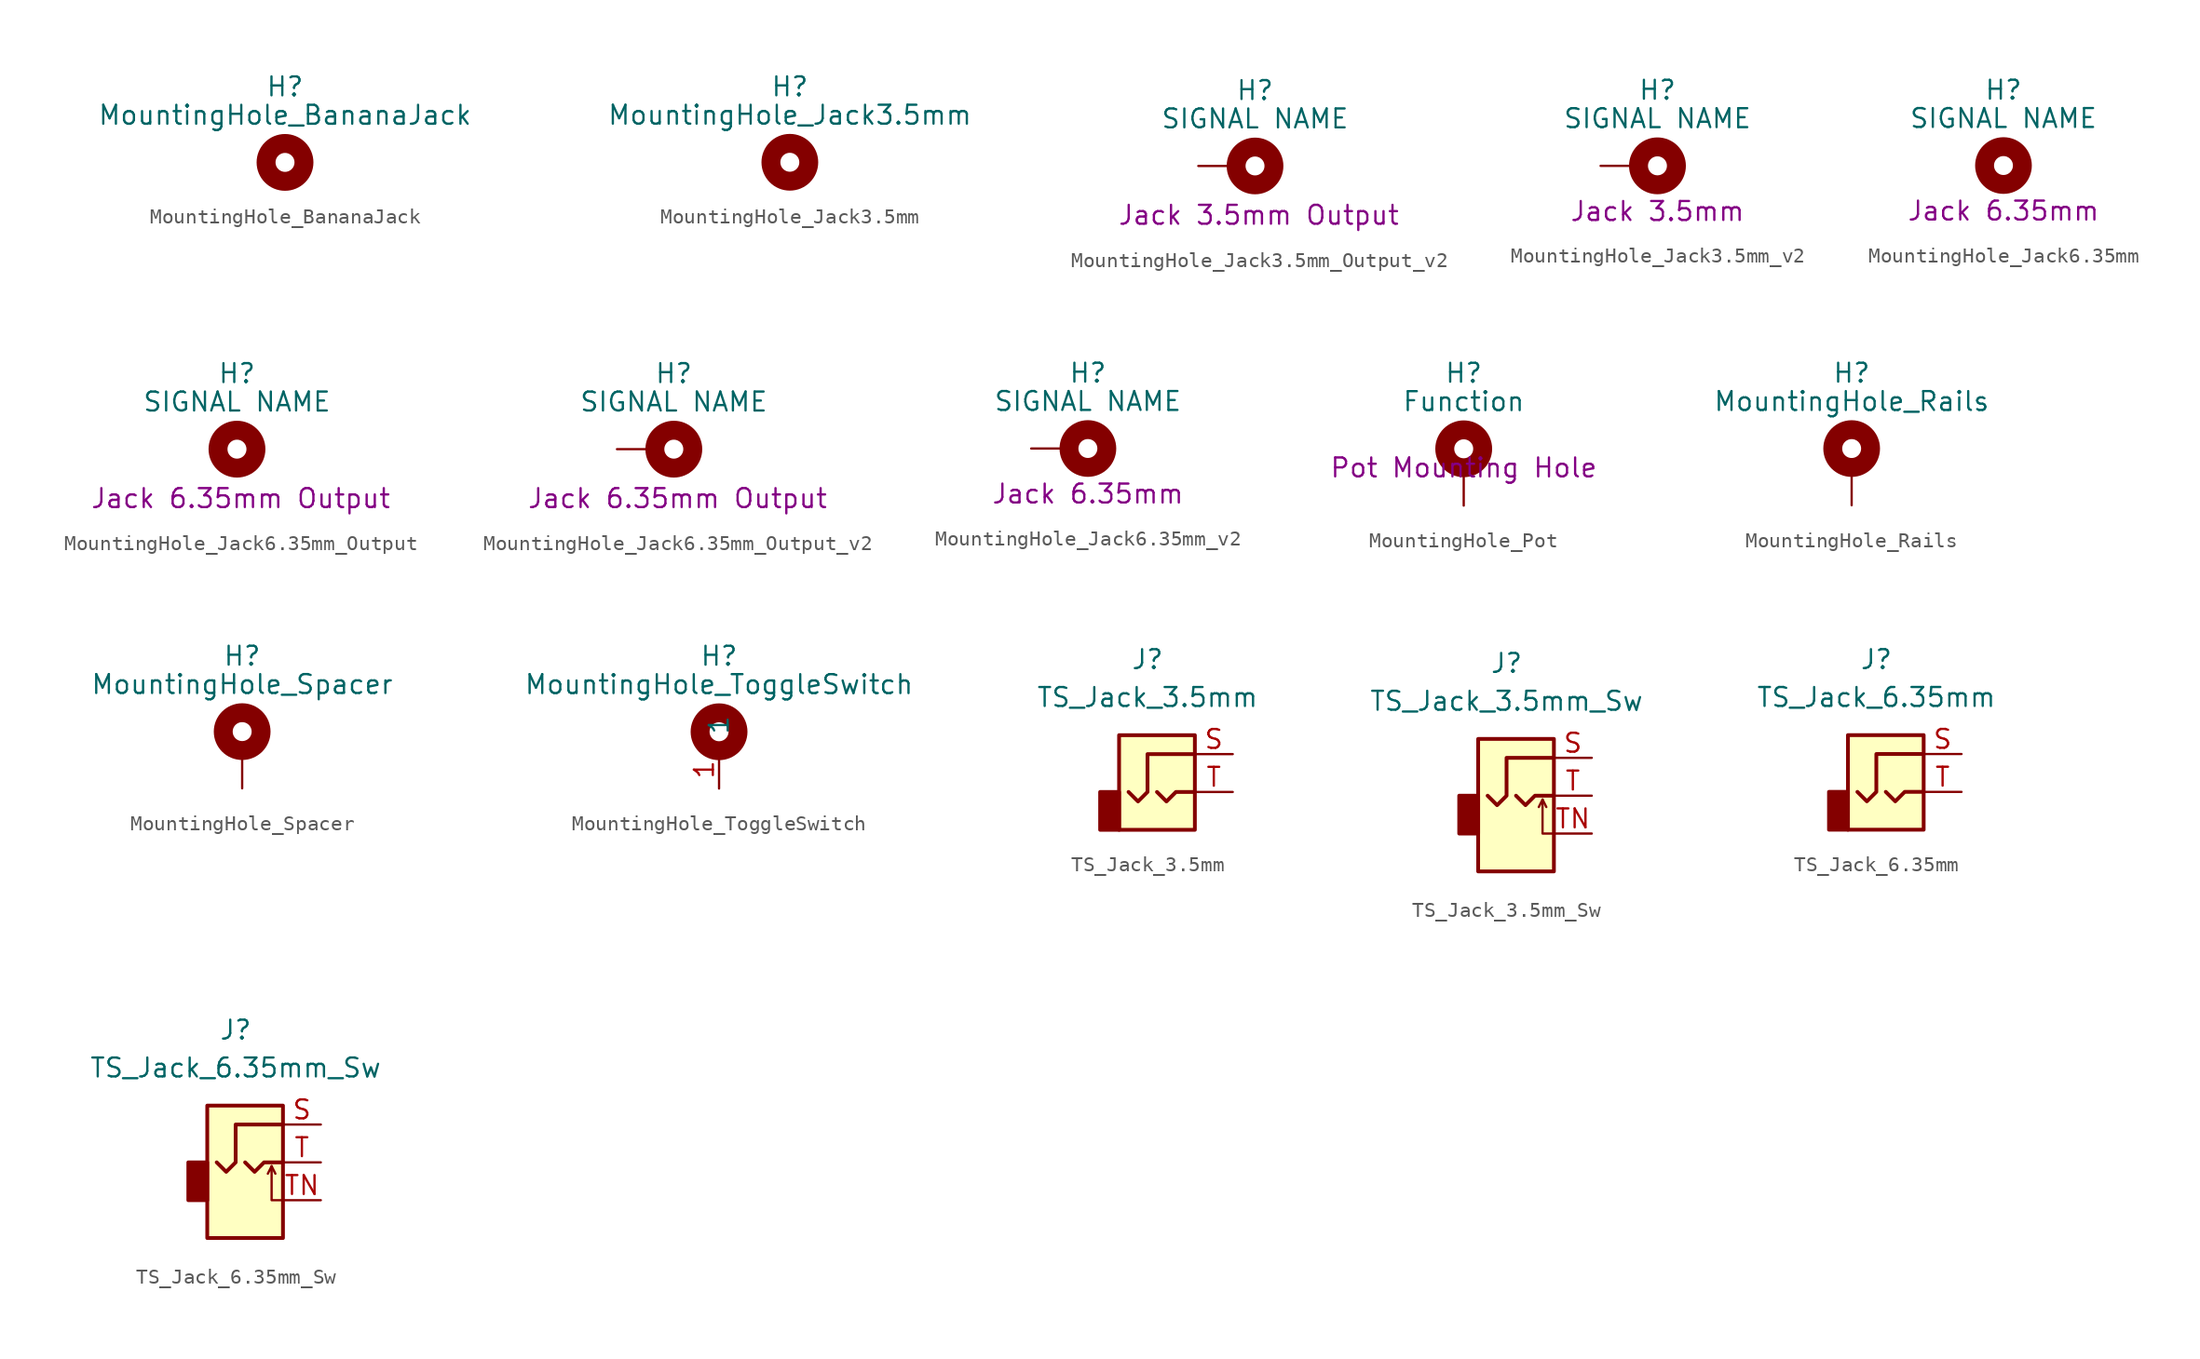
<source format=kicad_sym>
(kicad_symbol_lib
  (version 20231120)
  (generator "kicad_symbol_editor")
  (generator_version "8.0")
  (symbol "MountingHole_BananaJack"
    (pin_names
      (offset 1.016))
    (property "Reference" "H"
      (at 0 5.08 0)
      (effects (font (size 1.27 1.27))))
    (property "Value" "MountingHole_BananaJack"
      (at 0 3.175 0)
      (effects (font (size 1.27 1.27))))
    (symbol "MountingHole_BananaJack_0_1"
      (circle (center 0 0) (radius 1.27) (stroke (width 1.27) (type default)) (fill (type none)))))
  (symbol "MountingHole_Jack3.5mm"
    (pin_names
      (offset 1.016))
    (property "Reference" "H"
      (at 0 5.08 0)
      (effects (font (size 1.27 1.27))))
    (property "Value" "MountingHole_Jack3.5mm"
      (at 0 3.175 0)
      (effects (font (size 1.27 1.27))))
    (symbol "MountingHole_Jack3.5mm_0_1"
      (circle (center 0 0) (radius 1.27) (stroke (width 1.27) (type default)) (fill (type none)))))
  (symbol "MountingHole_Jack3.5mm_Output_v2"
    (pin_numbers hide)
    (pin_names
      (offset 1.016) hide)
    (property "Reference" "H"
      (at 0 5.08 0)
      (effects (font (size 1.27 1.27))))
    (property "Value" "SIGNAL NAME"
      (at 0 3.175 0)
      (effects (font (size 1.27 1.27))))
    (property "Description" "Jack 3.5mm Output"
      (at 0.254 -3.302 0)
      (effects (font (size 1.27 1.27))))
    (symbol "MountingHole_Jack3.5mm_Output_v2_0_1"
      (circle (center 0 0) (radius 1.27) (stroke (width 1.27) (type default)) (fill (type none))))
    (symbol "MountingHole_Jack3.5mm_Output_v2_1_1"
      (pin input line (at -3.81 0 0) (length 2.54) (name "1" (effects (font (size 1.27 1.27)))) (number "1" (effects (font (size 1.27 1.27)))))))
  (symbol "MountingHole_Jack3.5mm_v2"
    (pin_numbers hide)
    (pin_names
      (offset 1.016) hide)
    (property "Reference" "H"
      (at 0 5.08 0)
      (effects (font (size 1.27 1.27))))
    (property "Value" "SIGNAL NAME"
      (at 0 3.175 0)
      (effects (font (size 1.27 1.27))))
    (property "Description" "Jack 3.5mm"
      (at 0 -3.048 0)
      (effects (font (size 1.27 1.27))))
    (symbol "MountingHole_Jack3.5mm_v2_0_1"
      (circle (center 0 0) (radius 1.27) (stroke (width 1.27) (type default)) (fill (type none))))
    (symbol "MountingHole_Jack3.5mm_v2_1_1"
      (pin input line (at -3.81 0 0) (length 2.54) (name "1" (effects (font (size 1.27 1.27)))) (number "1" (effects (font (size 1.27 1.27)))))))
  (symbol "MountingHole_Jack6.35mm"
    (pin_names
      (offset 1.016))
    (property "Reference" "H"
      (at 0 5.08 0)
      (effects (font (size 1.27 1.27))))
    (property "Value" "SIGNAL NAME"
      (at 0 3.175 0)
      (effects (font (size 1.27 1.27))))
    (property "Description" "Jack 6.35mm"
      (at 0 -3.048 0)
      (effects (font (size 1.27 1.27))))
    (symbol "MountingHole_Jack6.35mm_0_1"
      (circle (center 0 0) (radius 1.27) (stroke (width 1.27) (type default)) (fill (type none)))))
  (symbol "MountingHole_Jack6.35mm_Output"
    (pin_names
      (offset 1.016))
    (property "Reference" "H"
      (at 0 5.08 0)
      (effects (font (size 1.27 1.27))))
    (property "Value" "SIGNAL NAME"
      (at 0 3.175 0)
      (effects (font (size 1.27 1.27))))
    (property "Description" "Jack 6.35mm Output"
      (at 0.254 -3.302 0)
      (effects (font (size 1.27 1.27))))
    (symbol "MountingHole_Jack6.35mm_Output_0_1"
      (circle (center 0 0) (radius 1.27) (stroke (width 1.27) (type default)) (fill (type none)))))
  (symbol "MountingHole_Jack6.35mm_Output_v2"
    (pin_numbers hide)
    (pin_names
      (offset 1.016) hide)
    (property "Reference" "H"
      (at 0 5.08 0)
      (effects (font (size 1.27 1.27))))
    (property "Value" "SIGNAL NAME"
      (at 0 3.175 0)
      (effects (font (size 1.27 1.27))))
    (property "Description" "Jack 6.35mm Output"
      (at 0.254 -3.302 0)
      (effects (font (size 1.27 1.27))))
    (symbol "MountingHole_Jack6.35mm_Output_v2_0_1"
      (circle (center 0 0) (radius 1.27) (stroke (width 1.27) (type default)) (fill (type none))))
    (symbol "MountingHole_Jack6.35mm_Output_v2_1_1"
      (pin input line (at -3.81 0 0) (length 2.54) (name "1" (effects (font (size 1.27 1.27)))) (number "1" (effects (font (size 1.27 1.27)))))))
  (symbol "MountingHole_Jack6.35mm_v2"
    (pin_numbers hide)
    (pin_names
      (offset 1.016) hide)
    (property "Reference" "H"
      (at 0 5.08 0)
      (effects (font (size 1.27 1.27))))
    (property "Value" "SIGNAL NAME"
      (at 0 3.175 0)
      (effects (font (size 1.27 1.27))))
    (property "Description" "Jack 6.35mm"
      (at 0 -3.048 0)
      (effects (font (size 1.27 1.27))))
    (symbol "MountingHole_Jack6.35mm_v2_0_1"
      (circle (center 0 0) (radius 1.27) (stroke (width 1.27) (type default)) (fill (type none))))
    (symbol "MountingHole_Jack6.35mm_v2_1_1"
      (pin input line (at -3.81 0 0) (length 2.54) (name "1" (effects (font (size 1.27 1.27)))) (number "1" (effects (font (size 1.27 1.27)))))))
  (symbol "MountingHole_Pot"
    (pin_numbers hide)
    (pin_names
      (offset 1.016) hide)
    (property "Reference" "H"
      (at 0 6.35 0)
      (effects (font (size 1.27 1.27))))
    (property "Value" "Function"
      (at 0 4.445 0)
      (effects (font (size 1.27 1.27))))
    (property "Description" "Pot Mounting Hole"
      (at 0 0 0)
      (effects (font (size 1.27 1.27))))
    (symbol "MountingHole_Pot_0_1"
      (circle (center 0 1.27) (radius 1.27) (stroke (width 1.27) (type default)) (fill (type none))))
    (symbol "MountingHole_Pot_1_1"
      (pin input line (at 0 -2.54 90) (length 2.54) (name "1" (effects (font (size 1.27 1.27)))) (number "1" (effects (font (size 1.27 1.27)))))))
  (symbol "MountingHole_Rails"
    (pin_numbers hide)
    (pin_names
      (offset 1.016) hide)
    (property "Reference" "H"
      (at 0 6.35 0)
      (effects (font (size 1.27 1.27))))
    (property "Value" "MountingHole_Rails"
      (at 0 4.445 0)
      (effects (font (size 1.27 1.27))))
    (symbol "MountingHole_Rails_0_1"
      (circle (center 0 1.27) (radius 1.27) (stroke (width 1.27) (type default)) (fill (type none))))
    (symbol "MountingHole_Rails_1_1"
      (pin input line (at 0 -2.54 90) (length 2.54) (name "1" (effects (font (size 1.27 1.27)))) (number "1" (effects (font (size 1.27 1.27)))))))
  (symbol "MountingHole_Spacer"
    (pin_numbers hide)
    (pin_names
      (offset 1.016) hide)
    (property "Reference" "H"
      (at 0 6.35 0)
      (effects (font (size 1.27 1.27))))
    (property "Value" "MountingHole_Spacer"
      (at 0 4.445 0)
      (effects (font (size 1.27 1.27))))
    (symbol "MountingHole_Spacer_0_1"
      (circle (center 0 1.27) (radius 1.27) (stroke (width 1.27) (type default)) (fill (type none))))
    (symbol "MountingHole_Spacer_1_1"
      (pin input line (at 0 -2.54 90) (length 2.54) (name "1" (effects (font (size 1.27 1.27)))) (number "1" (effects (font (size 1.27 1.27)))))))
  (symbol "MountingHole_ToggleSwitch"
    (pin_names
      (offset 1.016))
    (property "Reference" "H"
      (at 0 5.08 0)
      (effects (font (size 1.27 1.27))))
    (property "Value" "MountingHole_ToggleSwitch"
      (at 0 3.175 0)
      (effects (font (size 1.27 1.27))))
    (symbol "MountingHole_ToggleSwitch_0_1"
      (circle (center 0 0) (radius 1.27) (stroke (width 1.27) (type default)) (fill (type none))))
    (symbol "MountingHole_ToggleSwitch_1_1"
      (pin input line (at 0 -3.81 90) (length 2.54) (name "1" (effects (font (size 1.27 1.27)))) (number "1" (effects (font (size 1.27 1.27)))))))
  (symbol "TS_Jack_3.5mm"
    (property "Reference" "J"
      (at -0.635 8.89 0)
      (effects (font (size 1.27 1.27))))
    (property "Value" "TS_Jack_3.5mm"
      (at -0.635 6.35 0)
      (effects (font (size 1.27 1.27))))
    (symbol "TS_Jack_3.5mm_0_1"
      (rectangle (start -3.81 0) (end -2.54 -2.54) (stroke (width 0.254) (type default)) (fill (type outline)))
      (rectangle (start -2.54 3.81) (end 2.54 -2.54) (stroke (width 0.254) (type default)) (fill (type background)))
      (polyline (pts (xy 0 0) (xy 0.635 -0.635) (xy 1.27 0) (xy 2.54 0)) (stroke (width 0.254) (type default)) (fill (type none)))
      (polyline (pts (xy 2.54 2.54) (xy -0.635 2.54) (xy -0.635 0) (xy -1.27 -0.635) (xy -1.905 0)) (stroke (width 0.254) (type default)) (fill (type none))))
    (symbol "TS_Jack_3.5mm_1_1"
      (pin passive line (at 5.08 2.54 180) (length 2.54) (name "~" (effects (font (size 1.27 1.27)))) (number "S" (effects (font (size 1.27 1.27)))))
      (pin passive line (at 5.08 0 180) (length 2.54) (name "~" (effects (font (size 1.27 1.27)))) (number "T" (effects (font (size 1.27 1.27)))))))
  (symbol "TS_Jack_3.5mm_Sw"
    (property "Reference" "J"
      (at -0.635 8.89 0)
      (effects (font (size 1.27 1.27))))
    (property "Value" "TS_Jack_3.5mm_Sw"
      (at -0.635 6.35 0)
      (effects (font (size 1.27 1.27))))
    (symbol "TS_Jack_3.5mm_Sw_0_1"
      (rectangle (start -2.54 0) (end -3.81 -2.54) (stroke (width 0.254) (type default)) (fill (type outline)))
      (polyline (pts (xy 1.778 -0.254) (xy 2.032 -0.762)) (stroke (width 0) (type default)) (fill (type none)))
      (polyline (pts (xy 0 0) (xy 0.635 -0.635) (xy 1.27 0) (xy 2.54 0)) (stroke (width 0.254) (type default)) (fill (type none)))
      (polyline (pts (xy 2.54 -2.54) (xy 1.778 -2.54) (xy 1.778 -0.254) (xy 1.524 -0.762)) (stroke (width 0) (type default)) (fill (type none)))
      (polyline (pts (xy 2.54 2.54) (xy -0.635 2.54) (xy -0.635 0) (xy -1.27 -0.635) (xy -1.905 0)) (stroke (width 0.254) (type default)) (fill (type none)))
      (rectangle (start 2.54 3.81) (end -2.54 -5.08) (stroke (width 0.254) (type default)) (fill (type background))))
    (symbol "TS_Jack_3.5mm_Sw_1_1"
      (pin passive line (at 5.08 2.54 180) (length 2.54) (name "~" (effects (font (size 1.27 1.27)))) (number "S" (effects (font (size 1.27 1.27)))))
      (pin passive line (at 5.08 0 180) (length 2.54) (name "~" (effects (font (size 1.27 1.27)))) (number "T" (effects (font (size 1.27 1.27)))))
      (pin passive line (at 5.08 -2.54 180) (length 2.54) (name "~" (effects (font (size 1.27 1.27)))) (number "TN" (effects (font (size 1.27 1.27)))))))
  (symbol "TS_Jack_6.35mm"
    (property "Reference" "J"
      (at -0.635 8.89 0)
      (effects (font (size 1.27 1.27))))
    (property "Value" "TS_Jack_6.35mm"
      (at -0.635 6.35 0)
      (effects (font (size 1.27 1.27))))
    (symbol "TS_Jack_6.35mm_0_1"
      (rectangle (start -3.81 0) (end -2.54 -2.54) (stroke (width 0.254) (type default)) (fill (type outline)))
      (rectangle (start -2.54 3.81) (end 2.54 -2.54) (stroke (width 0.254) (type default)) (fill (type background)))
      (polyline (pts (xy 0 0) (xy 0.635 -0.635) (xy 1.27 0) (xy 2.54 0)) (stroke (width 0.254) (type default)) (fill (type none)))
      (polyline (pts (xy 2.54 2.54) (xy -0.635 2.54) (xy -0.635 0) (xy -1.27 -0.635) (xy -1.905 0)) (stroke (width 0.254) (type default)) (fill (type none))))
    (symbol "TS_Jack_6.35mm_1_1"
      (pin passive line (at 5.08 2.54 180) (length 2.54) (name "~" (effects (font (size 1.27 1.27)))) (number "S" (effects (font (size 1.27 1.27)))))
      (pin passive line (at 5.08 0 180) (length 2.54) (name "~" (effects (font (size 1.27 1.27)))) (number "T" (effects (font (size 1.27 1.27)))))))
  (symbol "TS_Jack_6.35mm_Sw"
    (property "Reference" "J"
      (at -0.635 8.89 0)
      (effects (font (size 1.27 1.27))))
    (property "Value" "TS_Jack_6.35mm_Sw"
      (at -0.635 6.35 0)
      (effects (font (size 1.27 1.27))))
    (symbol "TS_Jack_6.35mm_Sw_0_1"
      (rectangle (start -2.54 0) (end -3.81 -2.54) (stroke (width 0.254) (type default)) (fill (type outline)))
      (polyline (pts (xy 1.778 -0.254) (xy 2.032 -0.762)) (stroke (width 0) (type default)) (fill (type none)))
      (polyline (pts (xy 0 0) (xy 0.635 -0.635) (xy 1.27 0) (xy 2.54 0)) (stroke (width 0.254) (type default)) (fill (type none)))
      (polyline (pts (xy 2.54 -2.54) (xy 1.778 -2.54) (xy 1.778 -0.254) (xy 1.524 -0.762)) (stroke (width 0) (type default)) (fill (type none)))
      (polyline (pts (xy 2.54 2.54) (xy -0.635 2.54) (xy -0.635 0) (xy -1.27 -0.635) (xy -1.905 0)) (stroke (width 0.254) (type default)) (fill (type none)))
      (rectangle (start 2.54 3.81) (end -2.54 -5.08) (stroke (width 0.254) (type default)) (fill (type background))))
    (symbol "TS_Jack_6.35mm_Sw_1_1"
      (pin passive line (at 5.08 2.54 180) (length 2.54) (name "~" (effects (font (size 1.27 1.27)))) (number "S" (effects (font (size 1.27 1.27)))))
      (pin passive line (at 5.08 0 180) (length 2.54) (name "~" (effects (font (size 1.27 1.27)))) (number "T" (effects (font (size 1.27 1.27)))))
      (pin passive line (at 5.08 -2.54 180) (length 2.54) (name "~" (effects (font (size 1.27 1.27)))) (number "TN" (effects (font (size 1.27 1.27))))))))
</source>
